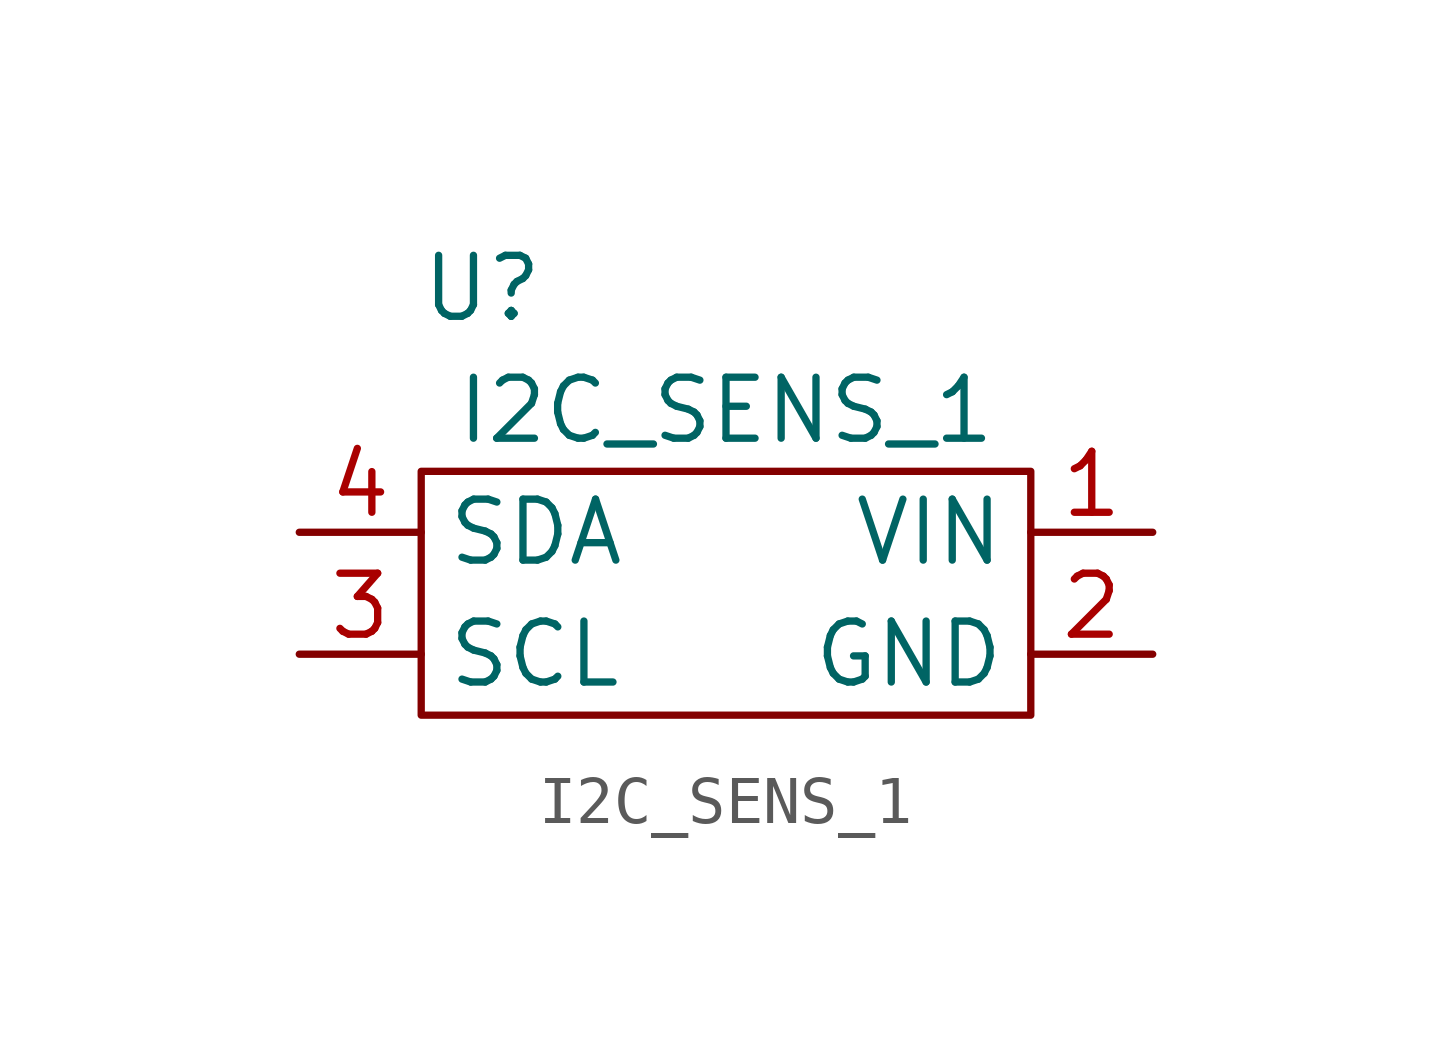
<source format=kicad_sym>
(kicad_symbol_lib
  (version 20220914)
  (generator kicad_symbol_editor)
  (symbol "I2C_SENS_1"
    (property "Reference" "U"
      (at -5.08 6.35 0)
      (effects (font (size 1.27 1.27))))
    (property "Value" "I2C_SENS_1"
      (at 0 3.81 0)
      (effects (font (size 1.27 1.27))))
    (symbol "I2C_SENS_1_0_1"
      (rectangle (start -6.35 2.54) (end 6.35 -2.54) (stroke (width 0) (type default)) (fill (type none))))
    (symbol "I2C_SENS_1_1_1"
      (pin power_in line (at 8.89 1.27 180) (length 2.54) (name "VIN" (effects (font (size 1.27 1.27)))) (number "1" (effects (font (size 1.27 1.27)))))
      (pin power_in line (at 8.89 -1.27 180) (length 2.54) (name "GND" (effects (font (size 1.27 1.27)))) (number "2" (effects (font (size 1.27 1.27)))))
      (pin bidirectional line (at -8.89 -1.27 0) (length 2.54) (name "SCL" (effects (font (size 1.27 1.27)))) (number "3" (effects (font (size 1.27 1.27)))))
      (pin bidirectional line (at -8.89 1.27 0) (length 2.54) (name "SDA" (effects (font (size 1.27 1.27)))) (number "4" (effects (font (size 1.27 1.27))))))))
</source>
